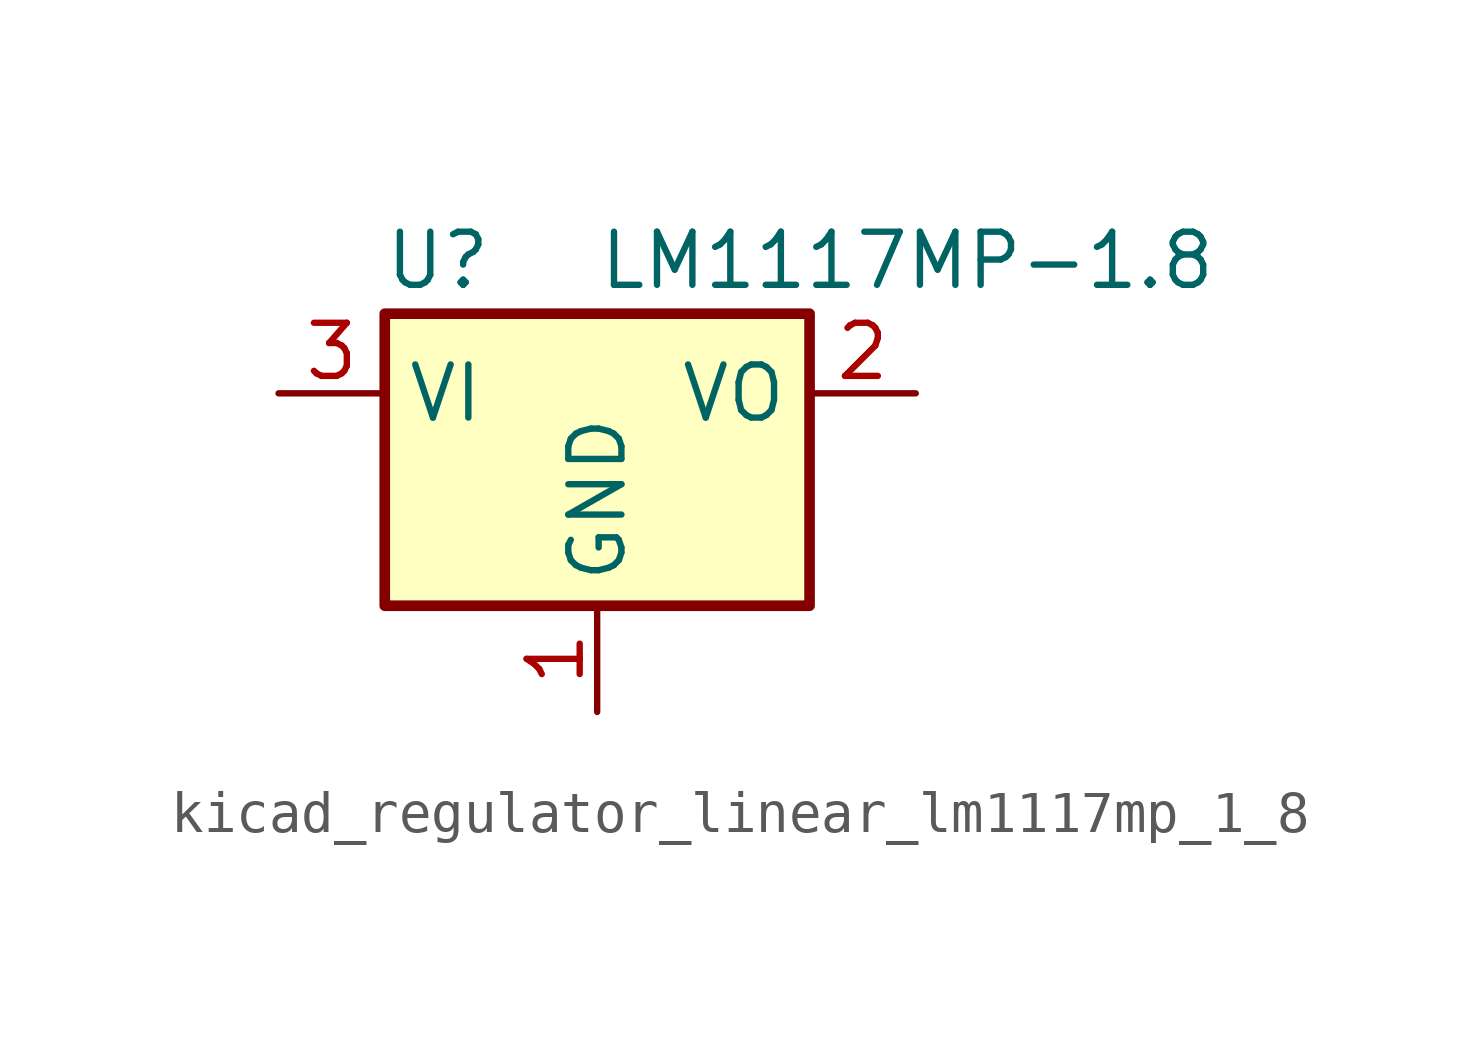
<source format=kicad_sym>
(kicad_symbol_lib
  (version 20220914)
  (generator kicad_symbol_editor)
  (symbol "kicad_regulator_linear_lm1117mp_1_8"
    (property "Reference" "U"
      (at -3.81 3.175 0)
      (effects (font (size 1.27 1.27))))
    (property "Value" "LM1117MP-1.8"
      (at 0 3.175 0)
      (effects (font (size 1.27 1.27)) (justify left)))
    (symbol "kicad_regulator_linear_lm1117mp_1_8_0_1"
      (rectangle (start -5.08 -5.08) (end 5.08 1.905) (stroke (width 0.254) (type default)) (fill (type background))))
    (symbol "kicad_regulator_linear_lm1117mp_1_8_1_1"
      (pin power_in line (at 0 -7.62 90) (length 2.54) (name "GND" (effects (font (size 1.27 1.27)))) (number "1" (effects (font (size 1.27 1.27)))))
      (pin power_out line (at 7.62 0 180) (length 2.54) (name "VO" (effects (font (size 1.27 1.27)))) (number "2" (effects (font (size 1.27 1.27)))))
      (pin power_in line (at -7.62 0 0) (length 2.54) (name "VI" (effects (font (size 1.27 1.27)))) (number "3" (effects (font (size 1.27 1.27))))))))
</source>
